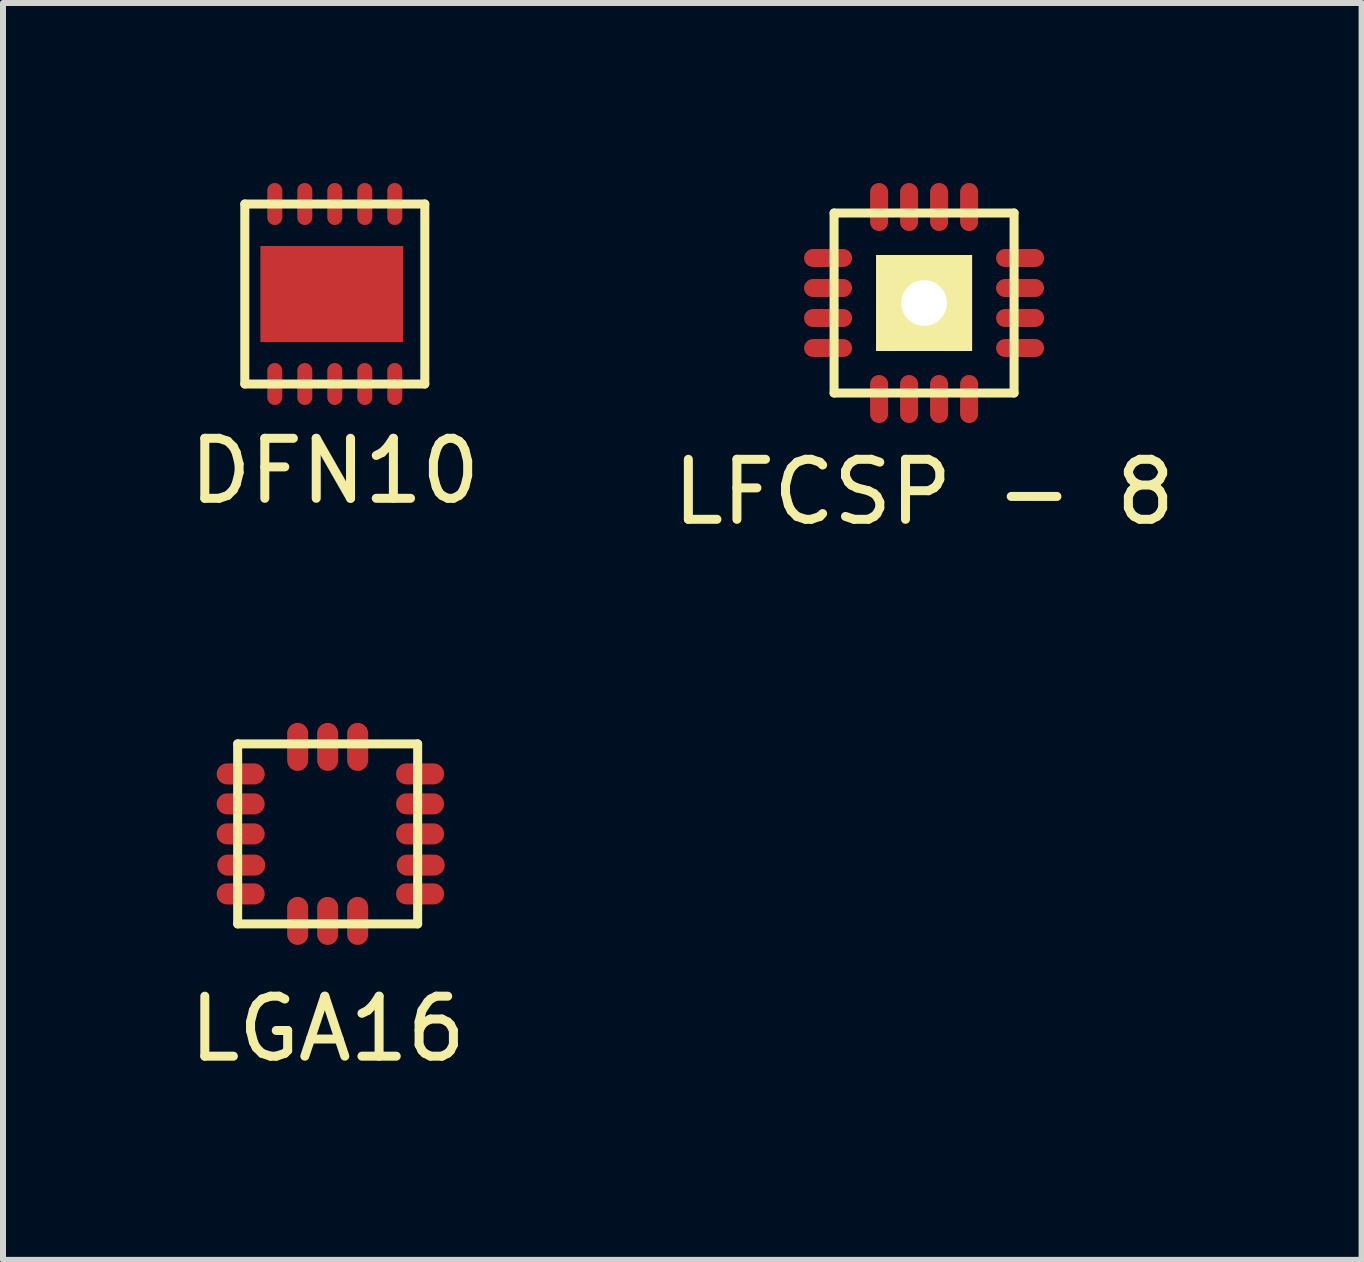
<source format=kicad_pcb>
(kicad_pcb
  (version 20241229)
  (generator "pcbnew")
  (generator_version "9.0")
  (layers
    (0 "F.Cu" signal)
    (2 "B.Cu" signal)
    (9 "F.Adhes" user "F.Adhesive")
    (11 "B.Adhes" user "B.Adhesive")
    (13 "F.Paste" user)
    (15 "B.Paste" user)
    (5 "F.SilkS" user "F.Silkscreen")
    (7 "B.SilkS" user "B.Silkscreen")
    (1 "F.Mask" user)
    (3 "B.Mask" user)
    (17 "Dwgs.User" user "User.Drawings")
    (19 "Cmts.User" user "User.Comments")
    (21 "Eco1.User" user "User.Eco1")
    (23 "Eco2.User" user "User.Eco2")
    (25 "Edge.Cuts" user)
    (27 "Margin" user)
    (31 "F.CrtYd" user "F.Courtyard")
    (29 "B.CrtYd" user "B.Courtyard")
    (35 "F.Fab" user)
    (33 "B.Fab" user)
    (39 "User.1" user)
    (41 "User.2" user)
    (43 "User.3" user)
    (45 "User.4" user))
  (footprint "DFN10"
    (layer "F.Cu")
    (at 2.53 1.85)
    (property "Reference" "DFN10" (at 0 2.95 0) (layer "F.SilkS") (effects (font (size 1 1) (thickness 0.15))))
    (attr through_hole)
    (fp_line (start -1.5 1.5) (end -1.5 -1.5) (stroke (width 0.15) (type solid)) (layer "F.SilkS"))
    (fp_line (start 1.5 -1.5) (end -1.5 -1.5) (stroke (width 0.15) (type solid)) (layer "F.SilkS"))
    (fp_line (start 1.5 1.5) (end -1.5 1.5) (stroke (width 0.15) (type solid)) (layer "F.SilkS"))
    (fp_line (start 1.5 1.5) (end 1.5 -1.5) (stroke (width 0.15) (type solid)) (layer "F.SilkS"))
    (pad "1" smd oval (at 1 1.5) (size 0.25 0.7) (layers "F.Cu" "F.Mask" "F.Paste"))
    (pad "2" smd oval (at 0.5 1.5) (size 0.25 0.7) (layers "F.Cu" "F.Mask" "F.Paste"))
    (pad "3" smd oval (at 0 1.5) (size 0.25 0.7) (layers "F.Cu" "F.Mask" "F.Paste"))
    (pad "4" smd oval (at -0.5 1.5) (size 0.25 0.7) (layers "F.Cu" "F.Mask" "F.Paste"))
    (pad "5" smd oval (at -1 1.5) (size 0.25 0.7) (layers "F.Cu" "F.Mask" "F.Paste"))
    (pad "6" smd oval (at -1 -1.5) (size 0.25 0.7) (layers "F.Cu" "F.Mask" "F.Paste"))
    (pad "7" smd oval (at -0.5 -1.5) (size 0.25 0.7) (layers "F.Cu" "F.Mask" "F.Paste"))
    (pad "8" smd oval (at 0 -1.5) (size 0.25 0.7) (layers "F.Cu" "F.Mask" "F.Paste"))
    (pad "9" smd oval (at 0.5 -1.5) (size 0.25 0.7) (layers "F.Cu" "F.Mask" "F.Paste"))
    (pad "10" smd oval (at 1 -1.5) (size 0.25 0.7) (layers "F.Cu" "F.Mask" "F.Paste"))
    (pad "11" smd rect (at -0.05 0) (size 2.38 1.6) (layers "F.Cu" "F.Mask" "F.Paste")))
  (footprint "LFCSP - 8"
    (layer "F.Cu")
    (at 12.351 2)
    (property "Reference" "LFCSP - 8" (at 0 3.15 0) (layer "F.SilkS") (effects (font (size 1 1) (thickness 0.15))))
    (attr through_hole)
    (fp_line (start -1.5 -1.5) (end 1.5 -1.5) (stroke (width 0.15) (type solid)) (layer "F.SilkS"))
    (fp_line (start -1.5 1.5) (end -1.5 -1.5) (stroke (width 0.15) (type solid)) (layer "F.SilkS"))
    (fp_line (start 1.5 -1.5) (end 1.5 1.5) (stroke (width 0.15) (type solid)) (layer "F.SilkS"))
    (fp_line (start 1.5 1.5) (end -1.5 1.5) (stroke (width 0.15) (type solid)) (layer "F.SilkS"))
    (pad "" np_thru_hole rect (at 0 0) (size 1.6 1.6) (drill 0.762) (layers "*.Cu" "*.Mask" "F.SilkS"))
    (pad "1" smd oval (at -1.6 -0.75) (size 0.8 0.3) (layers "F.Cu" "F.Mask" "F.Paste"))
    (pad "2" smd oval (at -1.6 -0.25) (size 0.8 0.3) (layers "F.Cu" "F.Mask" "F.Paste"))
    (pad "3" smd oval (at -1.6 0.25) (size 0.8 0.3) (layers "F.Cu" "F.Mask" "F.Paste"))
    (pad "4" smd oval (at -1.6 0.75) (size 0.8 0.3) (layers "F.Cu" "F.Mask" "F.Paste"))
    (pad "5" smd oval (at -0.75 1.6 90) (size 0.8 0.3) (layers "F.Cu" "F.Mask" "F.Paste"))
    (pad "6" smd oval (at -0.25 1.6 90) (size 0.8 0.3) (layers "F.Cu" "F.Mask" "F.Paste"))
    (pad "7" smd oval (at 0.25 1.6 90) (size 0.8 0.3) (layers "F.Cu" "F.Mask" "F.Paste"))
    (pad "8" smd oval (at 0.75 1.6 90) (size 0.8 0.3) (layers "F.Cu" "F.Mask" "F.Paste"))
    (pad "9" smd oval (at 1.6 0.75) (size 0.8 0.3) (layers "F.Cu" "F.Mask" "F.Paste"))
    (pad "10" smd oval (at 1.6 0.25) (size 0.8 0.3) (layers "F.Cu" "F.Mask" "F.Paste"))
    (pad "11" smd oval (at 1.6 -0.25) (size 0.8 0.3) (layers "F.Cu" "F.Mask" "F.Paste"))
    (pad "12" smd oval (at 1.6 -0.75) (size 0.8 0.3) (layers "F.Cu" "F.Mask" "F.Paste"))
    (pad "13" smd oval (at 0.75 -1.6 90) (size 0.8 0.3) (layers "F.Cu" "F.Mask" "F.Paste"))
    (pad "14" smd oval (at 0.25 -1.6 90) (size 0.8 0.3) (layers "F.Cu" "F.Mask" "F.Paste"))
    (pad "15" smd oval (at -0.25 -1.6 90) (size 0.8 0.3) (layers "F.Cu" "F.Mask" "F.Paste"))
    (pad "16" smd oval (at -0.75 -1.6 90) (size 0.8 0.3) (layers "F.Cu" "F.Mask" "F.Paste")))
  (footprint "LGA16"
    (layer "F.Cu")
    (at 2.411 10.848)
    (property "Reference" "LGA16" (at 0 3.25 0) (layer "F.SilkS") (effects (font (size 1 1) (thickness 0.15))))
    (attr through_hole)
    (fp_line (start -1.5 -1.5) (end 1.5 -1.5) (stroke (width 0.15) (type solid)) (layer "F.SilkS"))
    (fp_line (start -1.5 1.5) (end -1.5 -1.5) (stroke (width 0.15) (type solid)) (layer "F.SilkS"))
    (fp_line (start 1.5 -1.5) (end 1.5 1.5) (stroke (width 0.15) (type solid)) (layer "F.SilkS"))
    (fp_line (start 1.5 1.5) (end -1.5 1.5) (stroke (width 0.15) (type solid)) (layer "F.SilkS"))
    (pad "1" smd oval (at 1.54 -1 90) (size 0.35 0.8) (layers "F.Cu" "F.Mask" "F.Paste"))
    (pad "2" smd oval (at 1.54 -0.5 90) (size 0.35 0.8) (layers "F.Cu" "F.Mask" "F.Paste"))
    (pad "3" smd oval (at 1.54 0 90) (size 0.35 0.8) (layers "F.Cu" "F.Mask" "F.Paste"))
    (pad "4" smd oval (at 1.55 0.52 90) (size 0.35 0.8) (layers "F.Cu" "F.Mask" "F.Paste"))
    (pad "5" smd oval (at 1.54 1 90) (size 0.35 0.8) (layers "F.Cu" "F.Mask" "F.Paste"))
    (pad "6" smd oval (at 0.5 1.45) (size 0.35 0.8) (layers "F.Cu" "F.Mask" "F.Paste"))
    (pad "7" smd oval (at 0 1.45) (size 0.35 0.8) (layers "F.Cu" "F.Mask" "F.Paste"))
    (pad "8" smd oval (at -0.5 1.45) (size 0.35 0.8) (layers "F.Cu" "F.Mask" "F.Paste"))
    (pad "9" smd oval (at -1.45 1 90) (size 0.35 0.8) (layers "F.Cu" "F.Mask" "F.Paste"))
    (pad "10" smd oval (at -1.44 0.52 90) (size 0.35 0.8) (layers "F.Cu" "F.Mask" "F.Paste"))
    (pad "11" smd oval (at -1.45 0 90) (size 0.35 0.8) (layers "F.Cu" "F.Mask" "F.Paste"))
    (pad "12" smd oval (at -1.45 -0.5 90) (size 0.35 0.8) (layers "F.Cu" "F.Mask" "F.Paste"))
    (pad "13" smd oval (at -1.45 -1 90) (size 0.35 0.8) (layers "F.Cu" "F.Mask" "F.Paste"))
    (pad "14" smd oval (at -0.5 -1.45) (size 0.35 0.8) (layers "F.Cu" "F.Mask" "F.Paste"))
    (pad "15" smd oval (at 0 -1.45) (size 0.35 0.8) (layers "F.Cu" "F.Mask" "F.Paste"))
    (pad "16" smd oval (at 0.5 -1.45) (size 0.35 0.8) (layers "F.Cu" "F.Mask" "F.Paste")))
  (gr_rect
    (start -3 -3)
    (end 19.643 17.947)
    (stroke (width 0.1) (type default))
    (fill no)
    (layer "Edge.Cuts")))
</source>
